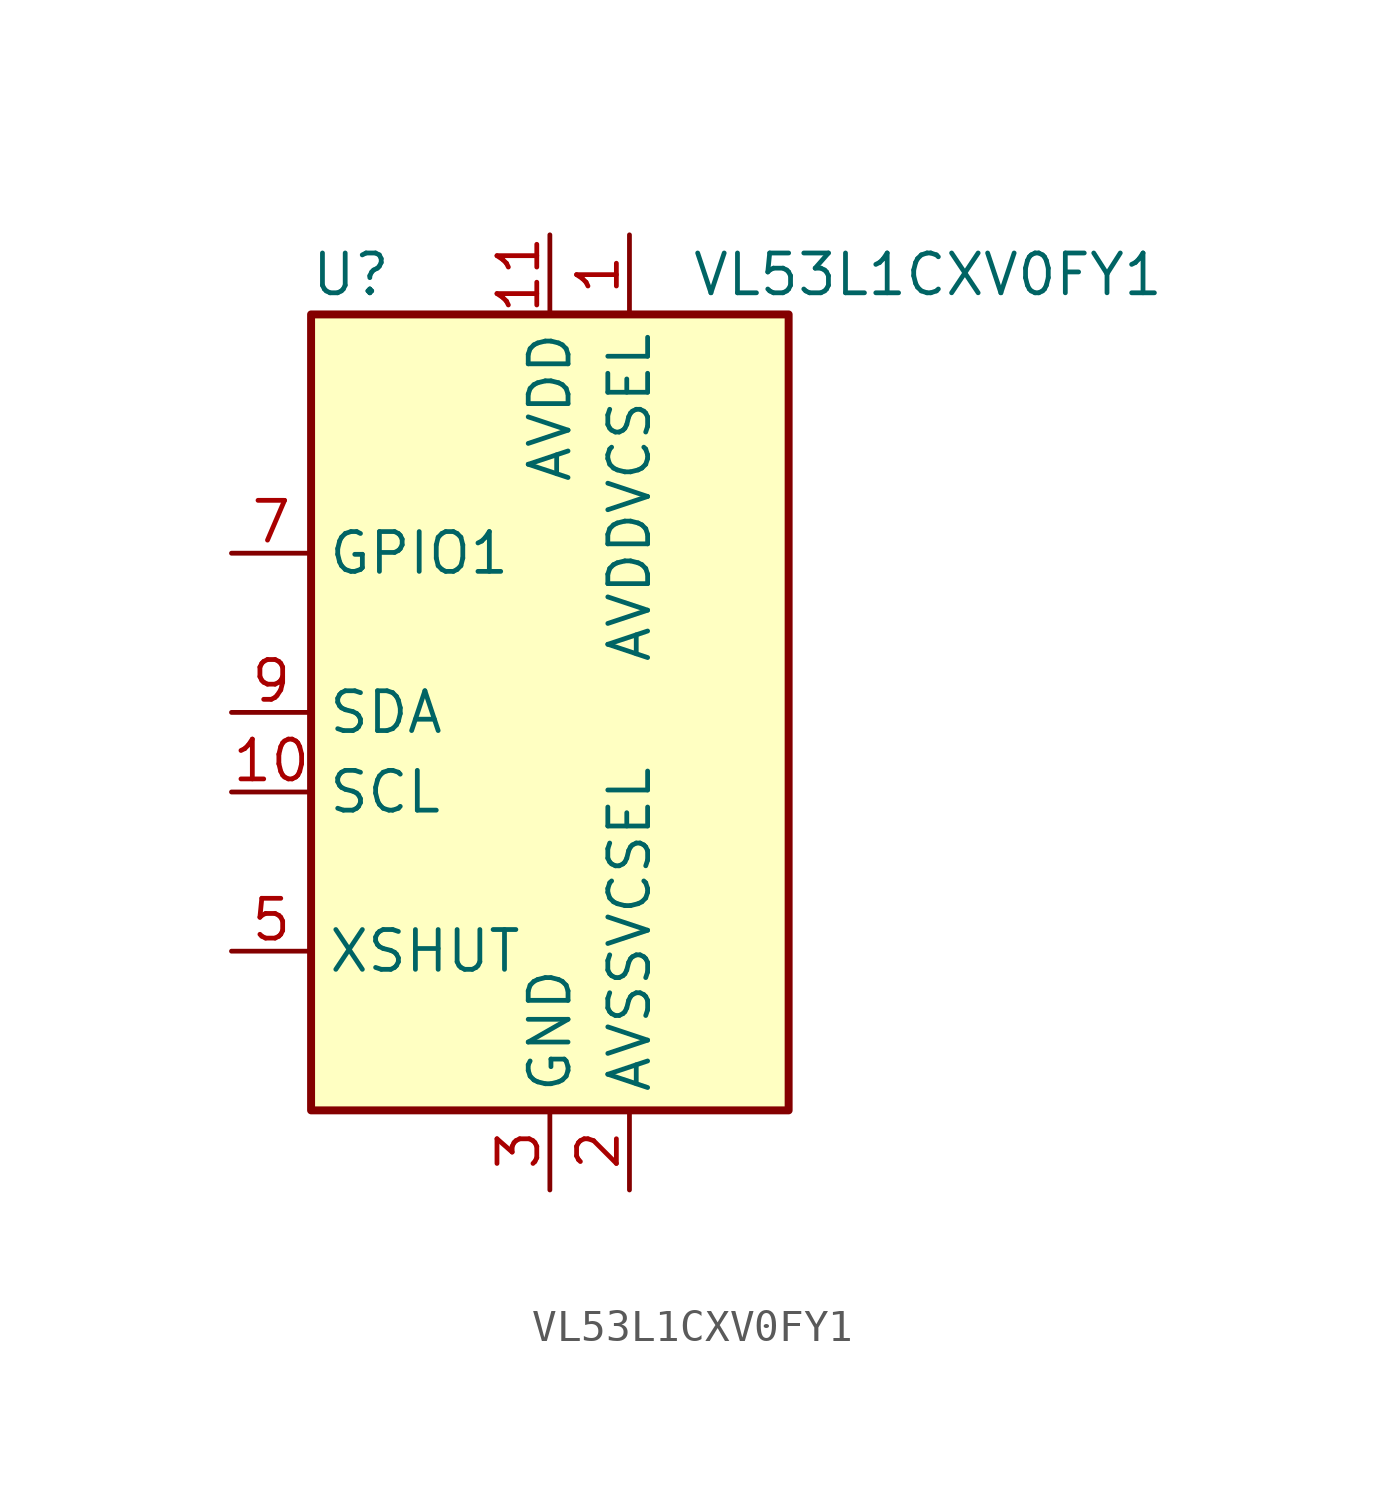
<source format=kicad_sym>
(kicad_symbol_lib
  (version 20201005)
  (generator kicad_symbol_editor)
  (symbol "Sensor_Distance:VL53L1CXV0FY1"
    (property "Reference" "U"
      (at -6.35 13.97 0)
      (effects (font (size 1.27 1.27))))
    (property "Value" "VL53L1CXV0FY1"
      (at 12.065 13.97 0)
      (effects (font (size 1.27 1.27))))
    (symbol "VL53L1CXV0FY1_0_1"
      (rectangle (start -7.62 12.7) (end 7.62 -12.7) (stroke (width 0.254)) (fill (type background))))
    (symbol "VL53L1CXV0FY1_1_1"
      (pin power_in line (at 2.54 15.24 270) (length 2.54) (name "AVDDVCSEL" (effects (font (size 1.27 1.27)))) (number "1" (effects (font (size 1.27 1.27)))))
      (pin input line (at -10.16 -2.54 0) (length 2.54) (name "SCL" (effects (font (size 1.27 1.27)))) (number "10" (effects (font (size 1.27 1.27)))))
      (pin power_in line (at 0 15.24 270) (length 2.54) (name "AVDD" (effects (font (size 1.27 1.27)))) (number "11" (effects (font (size 1.27 1.27)))))
      (pin passive line (at 0 -15.24 90) (length 2.54) hide (name "GND" (effects (font (size 1.27 1.27)))) (number "12" (effects (font (size 1.27 1.27)))))
      (pin power_in line (at 2.54 -15.24 90) (length 2.54) (name "AVSSVCSEL" (effects (font (size 1.27 1.27)))) (number "2" (effects (font (size 1.27 1.27)))))
      (pin power_in line (at 0 -15.24 90) (length 2.54) (name "GND" (effects (font (size 1.27 1.27)))) (number "3" (effects (font (size 1.27 1.27)))))
      (pin passive line (at 0 -15.24 90) (length 2.54) hide (name "GND" (effects (font (size 1.27 1.27)))) (number "4" (effects (font (size 1.27 1.27)))))
      (pin input line (at -10.16 -7.62 0) (length 2.54) (name "XSHUT" (effects (font (size 1.27 1.27)))) (number "5" (effects (font (size 1.27 1.27)))))
      (pin passive line (at 0 -15.24 90) (length 2.54) hide (name "GND" (effects (font (size 1.27 1.27)))) (number "6" (effects (font (size 1.27 1.27)))))
      (pin open_collector line (at -10.16 5.08 0) (length 2.54) (name "GPIO1" (effects (font (size 1.27 1.27)))) (number "7" (effects (font (size 1.27 1.27)))))
      (pin no_connect line (at -7.62 7.62 0) (length 2.54) hide (name "DNC" (effects (font (size 1.27 1.27)))) (number "8" (effects (font (size 1.27 1.27)))))
      (pin bidirectional line (at -10.16 0 0) (length 2.54) (name "SDA" (effects (font (size 1.27 1.27)))) (number "9" (effects (font (size 1.27 1.27))))))))
</source>
